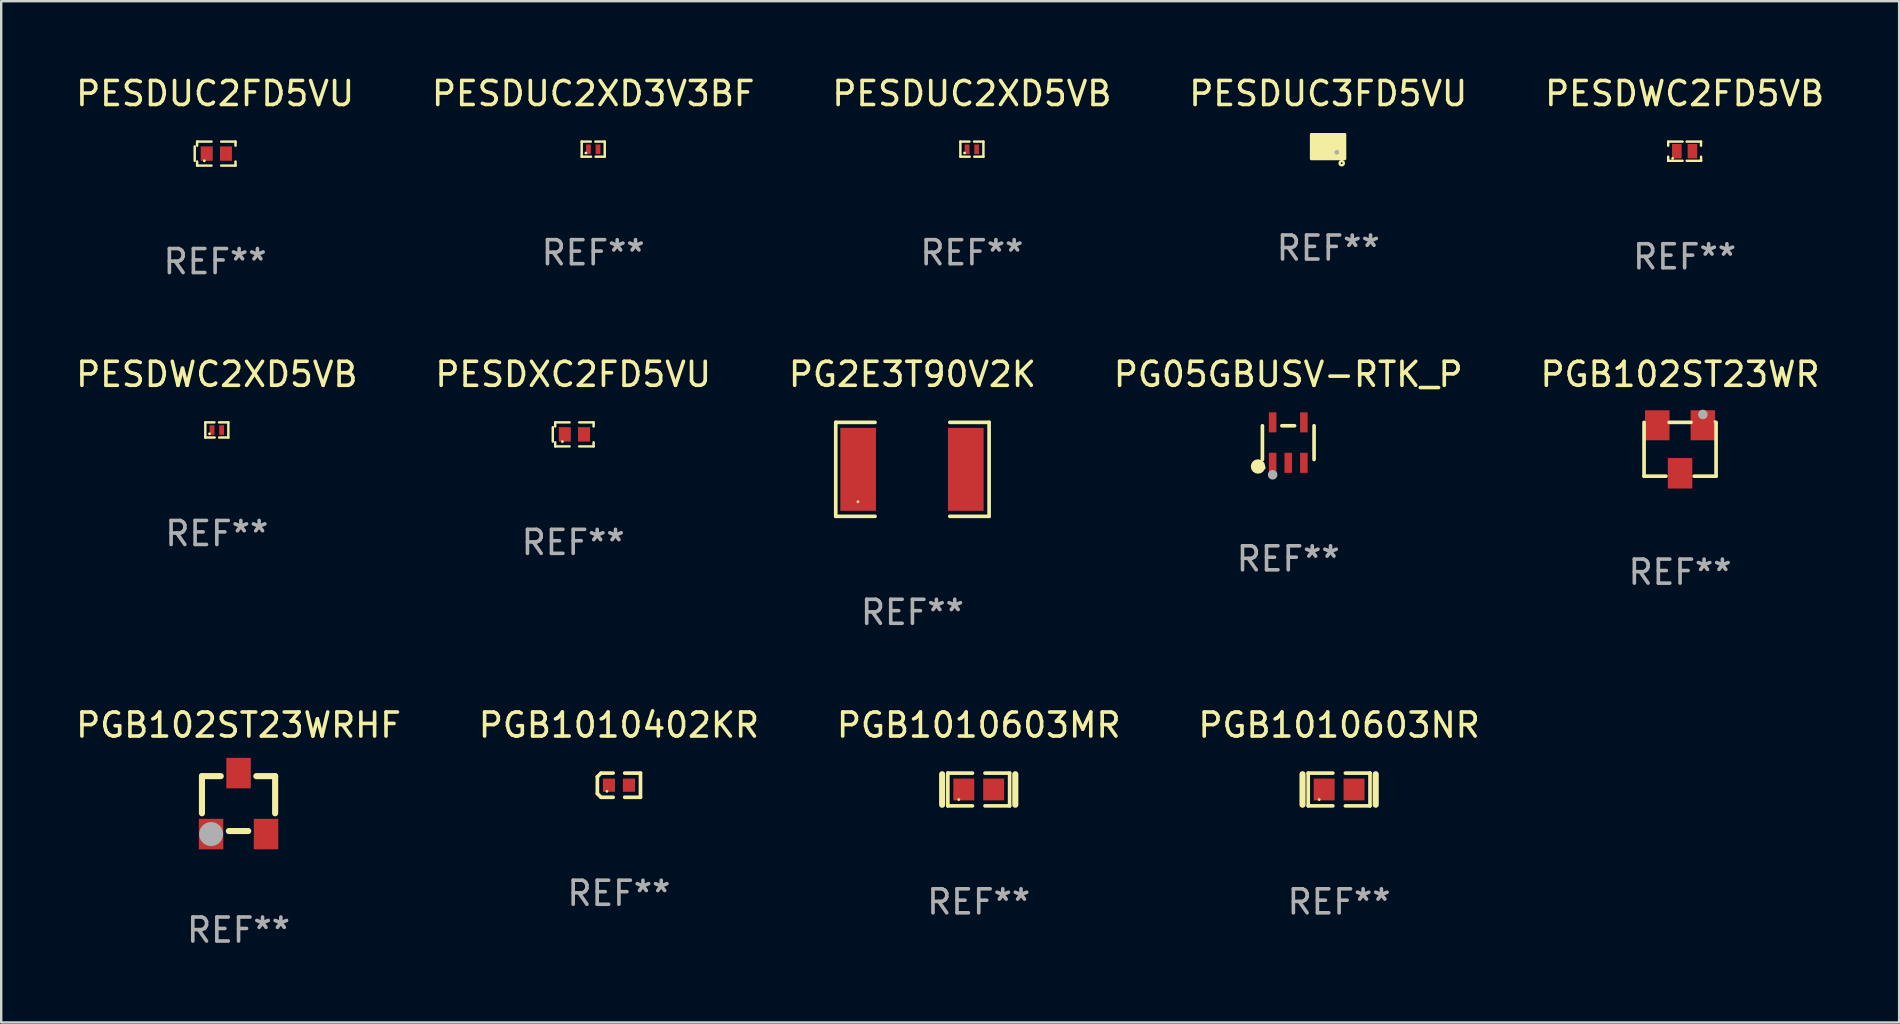
<source format=kicad_pcb>
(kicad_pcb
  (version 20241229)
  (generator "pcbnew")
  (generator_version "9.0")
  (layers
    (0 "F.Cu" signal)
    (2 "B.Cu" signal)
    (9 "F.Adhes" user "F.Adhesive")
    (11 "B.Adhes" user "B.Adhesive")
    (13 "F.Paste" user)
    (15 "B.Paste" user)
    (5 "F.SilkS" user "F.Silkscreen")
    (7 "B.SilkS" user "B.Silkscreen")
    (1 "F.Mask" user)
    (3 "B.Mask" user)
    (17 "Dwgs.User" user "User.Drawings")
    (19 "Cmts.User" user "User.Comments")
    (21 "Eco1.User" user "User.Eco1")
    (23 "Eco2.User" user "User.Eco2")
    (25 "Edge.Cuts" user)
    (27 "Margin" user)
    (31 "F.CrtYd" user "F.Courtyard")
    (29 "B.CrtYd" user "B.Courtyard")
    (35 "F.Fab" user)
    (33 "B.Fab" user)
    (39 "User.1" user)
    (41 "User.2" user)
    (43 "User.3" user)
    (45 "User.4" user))
  (footprint "PG05GBUSV-RTK_P"
    (layer "F.Cu")
    (at 50.613 15.387)
    (property "Reference" "PG05GBUSV-RTK_P" (at 0 -2.843 0) (layer "F.SilkS") (effects (font (size 1 1) (thickness 0.15))))
    (attr through_hole)
    (fp_line (start -1.076 0.701) (end -1.076 -0.701) (stroke (width 0.152) (type solid)) (layer "F.SilkS"))
    (fp_line (start 0.264 -0.701) (end -0.264 -0.701) (stroke (width 0.152) (type solid)) (layer "F.SilkS"))
    (fp_line (start 1.076 0.701) (end 1.076 -0.701) (stroke (width 0.152) (type solid)) (layer "F.SilkS"))
    (fp_circle (center -1.26 0.995) (end -1.11 0.995) (stroke (width 0.3) (type solid)) (fill no) (layer "F.SilkS"))
    (fp_circle (center -1 1.05) (end -0.97 1.05) (stroke (width 0.06) (type solid)) (fill no) (layer "F.SilkS"))
    (fp_circle (center -0.65 1.341) (end -0.55 1.341) (stroke (width 0.2) (type solid)) (fill no) (layer "F.Fab"))
    (fp_text user "REF**" (at 0 4.843 0) (layer "F.Fab") (effects (font (size 1 1) (thickness 0.15))))
    (pad "1" smd rect (at -0.65 0.843) (size 0.315 0.835) (layers "F.Cu" "F.Mask" "F.Paste"))
    (pad "2" smd rect (at 0.00014 0.843) (size 0.315 0.835) (layers "F.Cu" "F.Mask" "F.Paste"))
    (pad "3" smd rect (at 0.65 0.843) (size 0.315 0.835) (layers "F.Cu" "F.Mask" "F.Paste"))
    (pad "4" smd rect (at 0.65 -0.843) (size 0.315 0.835) (layers "F.Cu" "F.Mask" "F.Paste"))
    (pad "5" smd rect (at -0.65 -0.843) (size 0.315 0.835) (layers "F.Cu" "F.Mask" "F.Paste")))
  (footprint "PESDXC2FD5VU"
    (layer "F.Cu")
    (at 20.827 15.045)
    (property "Reference" "PESDXC2FD5VU" (at 0 -2.5 0) (layer "F.SilkS") (effects (font (size 1 1) (thickness 0.15))))
    (attr through_hole)
    (fp_line (start -0.85 -0.3) (end -0.85 0.3) (stroke (width 0.102) (type solid)) (layer "F.SilkS"))
    (fp_line (start -0.75 -0.5) (end -0.75 -0.329) (stroke (width 0.102) (type solid)) (layer "F.SilkS"))
    (fp_line (start -0.75 0.329) (end -0.75 0.5) (stroke (width 0.102) (type solid)) (layer "F.SilkS"))
    (fp_line (start -0.75 0.5) (end -0.15 0.5) (stroke (width 0.102) (type solid)) (layer "F.SilkS"))
    (fp_line (start -0.15 -0.5) (end -0.75 -0.5) (stroke (width 0.102) (type solid)) (layer "F.SilkS"))
    (fp_line (start 0.25 -0.5) (end 0.85 -0.5) (stroke (width 0.102) (type solid)) (layer "F.SilkS"))
    (fp_line (start 0.85 -0.5) (end 0.85 -0.33) (stroke (width 0.102) (type solid)) (layer "F.SilkS"))
    (fp_line (start 0.85 0.33) (end 0.85 0.5) (stroke (width 0.102) (type solid)) (layer "F.SilkS"))
    (fp_line (start 0.85 0.5) (end 0.25 0.5) (stroke (width 0.102) (type solid)) (layer "F.SilkS"))
    (fp_circle (center -0.45 0.3) (end -0.42 0.3) (stroke (width 0.06) (type solid)) (fill no) (layer "F.SilkS"))
    (fp_text user "REF**" (at 0 4.5 0) (layer "F.Fab") (effects (font (size 1 1) (thickness 0.15))))
    (pad "1" smd rect (at -0.35 0) (size 0.5 0.6) (layers "F.Cu" "F.Mask" "F.Paste"))
    (pad "2" smd rect (at 0.45 0) (size 0.5 0.6) (layers "F.Cu" "F.Mask" "F.Paste")))
  (footprint "PESDWC2FD5VB"
    (layer "F.Cu")
    (at 67.125 3.248)
    (property "Reference" "PESDWC2FD5VB" (at 0 -2.4 0) (layer "F.SilkS") (effects (font (size 1 1) (thickness 0.15))))
    (attr through_hole)
    (fp_line (start -0.685 -0.4) (end -0.685 -0.23) (stroke (width 0.102) (type solid)) (layer "F.SilkS"))
    (fp_line (start -0.685 0.4) (end -0.685 0.23) (stroke (width 0.102) (type solid)) (layer "F.SilkS"))
    (fp_line (start -0.085 -0.4) (end -0.685 -0.4) (stroke (width 0.102) (type solid)) (layer "F.SilkS"))
    (fp_line (start -0.085 0.4) (end -0.685 0.4) (stroke (width 0.102) (type solid)) (layer "F.SilkS"))
    (fp_line (start 0.082 -0.4) (end 0.682 -0.4) (stroke (width 0.102) (type solid)) (layer "F.SilkS"))
    (fp_line (start 0.085 0.4) (end 0.685 0.4) (stroke (width 0.102) (type solid)) (layer "F.SilkS"))
    (fp_line (start 0.682 -0.4) (end 0.682 -0.23) (stroke (width 0.102) (type solid)) (layer "F.SilkS"))
    (fp_line (start 0.685 0.4) (end 0.685 0.23) (stroke (width 0.102) (type solid)) (layer "F.SilkS"))
    (fp_circle (center -0.5 0.3) (end -0.47 0.3) (stroke (width 0.06) (type solid)) (fill no) (layer "F.SilkS"))
    (fp_text user "REF**" (at 0 4.4 0) (layer "F.Fab") (effects (font (size 1 1) (thickness 0.15))))
    (pad "1" smd rect (at -0.325 0) (size 0.4 0.6) (layers "F.Cu" "F.Mask" "F.Paste"))
    (pad "2" smd rect (at 0.325 0) (size 0.4 0.6) (layers "F.Cu" "F.Mask" "F.Paste")))
  (footprint "PGB102ST23WRHF"
    (layer "F.Cu")
    (at 6.887 30.424)
    (property "Reference" "PGB102ST23WRHF" (at 0 -3.27 0) (layer "F.SilkS") (effects (font (size 1 1) (thickness 0.15))))
    (attr through_hole)
    (fp_line (start -1.524 -1.143) (end -0.741 -1.143) (stroke (width 0.254) (type solid)) (layer "F.SilkS"))
    (fp_line (start -1.524 0.404) (end -1.524 -1.143) (stroke (width 0.254) (type solid)) (layer "F.SilkS"))
    (fp_line (start -0.404 1.143) (end 0.404 1.143) (stroke (width 0.254) (type solid)) (layer "F.SilkS"))
    (fp_line (start 0.741 -1.143) (end 1.524 -1.143) (stroke (width 0.254) (type solid)) (layer "F.SilkS"))
    (fp_line (start 1.524 -1.143) (end 1.524 0.404) (stroke (width 0.254) (type solid)) (layer "F.SilkS"))
    (fp_circle (center -1.5 1.12) (end -1.47 1.12) (stroke (width 0.06) (type solid)) (fill no) (layer "F.SilkS"))
    (fp_circle (center -1.143 1.27) (end -0.893 1.27) (stroke (width 0.5) (type solid)) (fill no) (layer "F.Fab"))
    (fp_text user "REF**" (at 0 5.27 0) (layer "F.Fab") (effects (font (size 1 1) (thickness 0.15))))
    (pad "1" smd rect (at -1.145 1.27) (size 1.02 1.27) (layers "F.Cu" "F.Mask" "F.Paste"))
    (pad "2" smd rect (at 1.145 1.27) (size 1.02 1.27) (layers "F.Cu" "F.Mask" "F.Paste"))
    (pad "3" smd rect (at 0 -1.27) (size 1.02 1.27) (layers "F.Cu" "F.Mask" "F.Paste")))
  (footprint "PESDUC2XD5VB"
    (layer "F.Cu")
    (at 37.435 3.163)
    (property "Reference" "PESDUC2XD5VB" (at 0 -2.315 0) (layer "F.SilkS") (effects (font (size 1 1) (thickness 0.15))))
    (attr through_hole)
    (fp_line (start -0.48 -0.315) (end -0.48 0.315) (stroke (width 0.102) (type solid)) (layer "F.SilkS"))
    (fp_line (start -0.48 0.315) (end -0.09 0.315) (stroke (width 0.102) (type solid)) (layer "F.SilkS"))
    (fp_line (start -0.48 -0.315) (end -0.1 -0.315) (stroke (width 0.102) (type solid)) (layer "F.SilkS"))
    (fp_line (start 0.48 0.315) (end 0.1 0.315) (stroke (width 0.102) (type solid)) (layer "F.SilkS"))
    (fp_line (start 0.48 -0.315) (end 0.09 -0.315) (stroke (width 0.102) (type solid)) (layer "F.SilkS"))
    (fp_line (start 0.48 0.315) (end 0.48 -0.315) (stroke (width 0.102) (type solid)) (layer "F.SilkS"))
    (fp_circle (center -0.305 0.16) (end -0.275 0.16) (stroke (width 0.06) (type solid)) (fill no) (layer "F.SilkS"))
    (fp_text user "REF**" (at 0 4.315 0) (layer "F.Fab") (effects (font (size 1 1) (thickness 0.15))))
    (pad "1" smd rect (at -0.2 0.005) (size 0.2 0.4) (layers "F.Cu" "F.Mask" "F.Paste"))
    (pad "2" smd rect (at 0.2 0.005) (size 0.2 0.4) (layers "F.Cu" "F.Mask" "F.Paste")))
  (footprint "PESDWC2XD5VB"
    (layer "F.Cu")
    (at 5.982 14.86)
    (property "Reference" "PESDWC2XD5VB" (at 0 -2.315 0) (layer "F.SilkS") (effects (font (size 1 1) (thickness 0.15))))
    (attr through_hole)
    (fp_line (start -0.48 -0.315) (end -0.48 0.315) (stroke (width 0.102) (type solid)) (layer "F.SilkS"))
    (fp_line (start -0.48 0.315) (end -0.09 0.315) (stroke (width 0.102) (type solid)) (layer "F.SilkS"))
    (fp_line (start -0.48 -0.315) (end -0.1 -0.315) (stroke (width 0.102) (type solid)) (layer "F.SilkS"))
    (fp_line (start 0.48 0.315) (end 0.1 0.315) (stroke (width 0.102) (type solid)) (layer "F.SilkS"))
    (fp_line (start 0.48 -0.315) (end 0.09 -0.315) (stroke (width 0.102) (type solid)) (layer "F.SilkS"))
    (fp_line (start 0.48 0.315) (end 0.48 -0.315) (stroke (width 0.102) (type solid)) (layer "F.SilkS"))
    (fp_circle (center -0.305 0.16) (end -0.275 0.16) (stroke (width 0.06) (type solid)) (fill no) (layer "F.SilkS"))
    (fp_text user "REF**" (at 0 4.315 0) (layer "F.Fab") (effects (font (size 1 1) (thickness 0.15))))
    (pad "1" smd rect (at -0.2 0.005) (size 0.2 0.4) (layers "F.Cu" "F.Mask" "F.Paste"))
    (pad "2" smd rect (at 0.2 0.005) (size 0.2 0.4) (layers "F.Cu" "F.Mask" "F.Paste")))
  (footprint "PESDUC2XD3V3BF"
    (layer "F.Cu")
    (at 21.661 3.163)
    (property "Reference" "PESDUC2XD3V3BF" (at 0 -2.315 0) (layer "F.SilkS") (effects (font (size 1 1) (thickness 0.15))))
    (attr through_hole)
    (fp_line (start -0.48 -0.315) (end -0.48 0.315) (stroke (width 0.102) (type solid)) (layer "F.SilkS"))
    (fp_line (start -0.48 0.315) (end -0.09 0.315) (stroke (width 0.102) (type solid)) (layer "F.SilkS"))
    (fp_line (start -0.48 -0.315) (end -0.1 -0.315) (stroke (width 0.102) (type solid)) (layer "F.SilkS"))
    (fp_line (start 0.48 0.315) (end 0.1 0.315) (stroke (width 0.102) (type solid)) (layer "F.SilkS"))
    (fp_line (start 0.48 -0.315) (end 0.09 -0.315) (stroke (width 0.102) (type solid)) (layer "F.SilkS"))
    (fp_line (start 0.48 0.315) (end 0.48 -0.315) (stroke (width 0.102) (type solid)) (layer "F.SilkS"))
    (fp_circle (center -0.305 0.16) (end -0.275 0.16) (stroke (width 0.06) (type solid)) (fill no) (layer "F.SilkS"))
    (fp_text user "REF**" (at 0 4.315 0) (layer "F.Fab") (effects (font (size 1 1) (thickness 0.15))))
    (pad "1" smd rect (at -0.2 0.005) (size 0.2 0.4) (layers "F.Cu" "F.Mask" "F.Paste"))
    (pad "2" smd rect (at 0.2 0.005) (size 0.2 0.4) (layers "F.Cu" "F.Mask" "F.Paste")))
  (footprint "PG2E3T90V2K"
    (layer "F.Cu")
    (at 34.958 16.501)
    (property "Reference" "PG2E3T90V2K" (at 0 -3.957 0) (layer "F.SilkS") (effects (font (size 1 1) (thickness 0.15))))
    (attr through_hole)
    (fp_line (start -3.194 -1.957) (end -3.194 1.957) (stroke (width 0.152) (type solid)) (layer "F.SilkS"))
    (fp_line (start -3.194 1.957) (end -1.557 1.957) (stroke (width 0.152) (type solid)) (layer "F.SilkS"))
    (fp_line (start -1.557 -1.957) (end -3.194 -1.957) (stroke (width 0.152) (type solid)) (layer "F.SilkS"))
    (fp_line (start 1.557 1.957) (end 3.194 1.957) (stroke (width 0.152) (type solid)) (layer "F.SilkS"))
    (fp_line (start 3.194 -1.957) (end 1.557 -1.957) (stroke (width 0.152) (type solid)) (layer "F.SilkS"))
    (fp_line (start 3.194 1.957) (end 3.194 -1.957) (stroke (width 0.152) (type solid)) (layer "F.SilkS"))
    (fp_circle (center -2.269 1.35) (end -2.239 1.35) (stroke (width 0.06) (type solid)) (fill no) (layer "F.SilkS"))
    (fp_text user "REF**" (at 0 5.957 0) (layer "F.Fab") (effects (font (size 1 1) (thickness 0.15))))
    (pad "1" smd rect (at -2.262 0) (size 1.485 3.456) (layers "F.Cu" "F.Mask" "F.Paste"))
    (pad "2" smd rect (at 2.223 0) (size 1.485 3.456) (layers "F.Cu" "F.Mask" "F.Paste")))
  (footprint "PGB1010603NR"
    (layer "F.Cu")
    (at 52.732 29.837)
    (property "Reference" "PGB1010603NR" (at 0 -2.682 0) (layer "F.SilkS") (effects (font (size 1 1) (thickness 0.15))))
    (attr through_hole)
    (fp_line (start -1.524 -0.635) (end -1.524 0.635) (stroke (width 0.254) (type solid)) (layer "F.SilkS"))
    (fp_line (start -1.287 -0.682) (end -0.261 -0.682) (stroke (width 0.152) (type solid)) (layer "F.SilkS"))
    (fp_line (start -1.287 0.682) (end -1.287 -0.682) (stroke (width 0.152) (type solid)) (layer "F.SilkS"))
    (fp_line (start -0.261 0.682) (end -1.287 0.682) (stroke (width 0.152) (type solid)) (layer "F.SilkS"))
    (fp_line (start 0.261 0.682) (end 1.287 0.682) (stroke (width 0.152) (type solid)) (layer "F.SilkS"))
    (fp_line (start 1.287 -0.682) (end 0.261 -0.682) (stroke (width 0.152) (type solid)) (layer "F.SilkS"))
    (fp_line (start 1.287 0.682) (end 1.287 -0.682) (stroke (width 0.152) (type solid)) (layer "F.SilkS"))
    (fp_line (start 1.524 -0.635) (end 1.524 0.635) (stroke (width 0.254) (type solid)) (layer "F.SilkS"))
    (fp_circle (center -0.83 0.42) (end -0.8 0.42) (stroke (width 0.06) (type solid)) (fill no) (layer "F.SilkS"))
    (fp_text user "REF**" (at 0 4.682 0) (layer "F.Fab") (effects (font (size 1 1) (thickness 0.15))))
    (pad "1" smd rect (at -0.622 0) (size 0.873 0.907) (layers "F.Cu" "F.Mask" "F.Paste"))
    (pad "2" smd rect (at 0.622 0) (size 0.873 0.907) (layers "F.Cu" "F.Mask" "F.Paste")))
  (footprint "PGB1010603MR"
    (layer "F.Cu")
    (at 37.72 29.837)
    (property "Reference" "PGB1010603MR" (at 0 -2.682 0) (layer "F.SilkS") (effects (font (size 1 1) (thickness 0.15))))
    (attr through_hole)
    (fp_line (start -1.524 -0.635) (end -1.524 0.635) (stroke (width 0.254) (type solid)) (layer "F.SilkS"))
    (fp_line (start -1.287 -0.682) (end -0.261 -0.682) (stroke (width 0.152) (type solid)) (layer "F.SilkS"))
    (fp_line (start -1.287 0.682) (end -1.287 -0.682) (stroke (width 0.152) (type solid)) (layer "F.SilkS"))
    (fp_line (start -0.261 0.682) (end -1.287 0.682) (stroke (width 0.152) (type solid)) (layer "F.SilkS"))
    (fp_line (start 0.261 0.682) (end 1.287 0.682) (stroke (width 0.152) (type solid)) (layer "F.SilkS"))
    (fp_line (start 1.287 -0.682) (end 0.261 -0.682) (stroke (width 0.152) (type solid)) (layer "F.SilkS"))
    (fp_line (start 1.287 0.682) (end 1.287 -0.682) (stroke (width 0.152) (type solid)) (layer "F.SilkS"))
    (fp_line (start 1.524 -0.635) (end 1.524 0.635) (stroke (width 0.254) (type solid)) (layer "F.SilkS"))
    (fp_circle (center -0.83 0.42) (end -0.8 0.42) (stroke (width 0.06) (type solid)) (fill no) (layer "F.SilkS"))
    (fp_text user "REF**" (at 0 4.682 0) (layer "F.Fab") (effects (font (size 1 1) (thickness 0.15))))
    (pad "1" smd rect (at -0.622 0) (size 0.873 0.907) (layers "F.Cu" "F.Mask" "F.Paste"))
    (pad "2" smd rect (at 0.622 0) (size 0.873 0.907) (layers "F.Cu" "F.Mask" "F.Paste")))
  (footprint "PGB102ST23WR"
    (layer "F.Cu")
    (at 66.935 15.665)
    (property "Reference" "PGB102ST23WR" (at 0 -3.12 0) (layer "F.SilkS") (effects (font (size 1 1) (thickness 0.15))))
    (attr through_hole)
    (fp_line (start -1.5 1.12) (end -1.5 -1.12) (stroke (width 0.152) (type solid)) (layer "F.SilkS"))
    (fp_line (start -0.589 1.12) (end -1.5 1.12) (stroke (width 0.152) (type solid)) (layer "F.SilkS"))
    (fp_line (start -0.455 -1.12) (end 0.455 -1.12) (stroke (width 0.152) (type solid)) (layer "F.SilkS"))
    (fp_line (start 0.589 1.12) (end 1.5 1.12) (stroke (width 0.152) (type solid)) (layer "F.SilkS"))
    (fp_line (start 1.5 1.12) (end 1.5 -1.12) (stroke (width 0.152) (type solid)) (layer "F.SilkS"))
    (fp_circle (center 1.45 -1.15) (end 1.48 -1.15) (stroke (width 0.06) (type solid)) (fill no) (layer "F.SilkS"))
    (fp_circle (center 0.95 -1.45) (end 1.05 -1.45) (stroke (width 0.2) (type solid)) (fill no) (layer "F.Fab"))
    (fp_text user "REF**" (at 0 5.12 0) (layer "F.Fab") (effects (font (size 1 1) (thickness 0.15))))
    (pad "1" smd rect (at 0.95 -1 90) (size 1.25 1.02) (layers "F.Cu" "F.Mask" "F.Paste"))
    (pad "2" smd rect (at -0.95 -1 90) (size 1.25 1.02) (layers "F.Cu" "F.Mask" "F.Paste"))
    (pad "3" smd rect (at 0 1 90) (size 1.27 1.02) (layers "F.Cu" "F.Mask" "F.Paste")))
  (footprint "PGB1010402KR"
    (layer "F.Cu")
    (at 22.732 29.658)
    (property "Reference" "PGB1010402KR" (at 0 -2.504 0) (layer "F.SilkS") (effects (font (size 1 1) (thickness 0.15))))
    (attr through_hole)
    (fp_line (start -0.898 -0.352) (end -0.745 -0.504) (stroke (width 0.152) (type solid)) (layer "F.SilkS"))
    (fp_line (start -0.898 0.352) (end -0.898 -0.352) (stroke (width 0.152) (type solid)) (layer "F.SilkS"))
    (fp_line (start -0.745 -0.504) (end -0.24 -0.504) (stroke (width 0.152) (type solid)) (layer "F.SilkS"))
    (fp_line (start -0.745 0.504) (end -0.898 0.352) (stroke (width 0.152) (type solid)) (layer "F.SilkS"))
    (fp_line (start -0.24 0.504) (end -0.745 0.504) (stroke (width 0.152) (type solid)) (layer "F.SilkS"))
    (fp_line (start 0.24 0.504) (end 0.898 0.504) (stroke (width 0.152) (type solid)) (layer "F.SilkS"))
    (fp_line (start 0.898 -0.504) (end 0.24 -0.504) (stroke (width 0.152) (type solid)) (layer "F.SilkS"))
    (fp_line (start 0.898 0.504) (end 0.898 -0.504) (stroke (width 0.152) (type solid)) (layer "F.SilkS"))
    (fp_circle (center -0.5 0.255) (end -0.47 0.255) (stroke (width 0.06) (type solid)) (fill no) (layer "F.SilkS"))
    (fp_text user "REF**" (at 0 4.504 0) (layer "F.Fab") (effects (font (size 1 1) (thickness 0.15))))
    (pad "1" smd rect (at -0.417 -0.000051) (size 0.505 0.551) (layers "F.Cu" "F.Mask" "F.Paste"))
    (pad "2" smd rect (at 0.417 -0.000051) (size 0.505 0.551) (layers "F.Cu" "F.Mask" "F.Paste")))
  (footprint "PESDUC2FD5VU"
    (layer "F.Cu")
    (at 5.911 3.348)
    (property "Reference" "PESDUC2FD5VU" (at 0 -2.5 0) (layer "F.SilkS") (effects (font (size 1 1) (thickness 0.15))))
    (attr through_hole)
    (fp_line (start -0.85 -0.3) (end -0.85 0.3) (stroke (width 0.102) (type solid)) (layer "F.SilkS"))
    (fp_line (start -0.75 -0.5) (end -0.75 -0.329) (stroke (width 0.102) (type solid)) (layer "F.SilkS"))
    (fp_line (start -0.75 0.329) (end -0.75 0.5) (stroke (width 0.102) (type solid)) (layer "F.SilkS"))
    (fp_line (start -0.75 0.5) (end -0.15 0.5) (stroke (width 0.102) (type solid)) (layer "F.SilkS"))
    (fp_line (start -0.15 -0.5) (end -0.75 -0.5) (stroke (width 0.102) (type solid)) (layer "F.SilkS"))
    (fp_line (start 0.25 -0.5) (end 0.85 -0.5) (stroke (width 0.102) (type solid)) (layer "F.SilkS"))
    (fp_line (start 0.85 -0.5) (end 0.85 -0.33) (stroke (width 0.102) (type solid)) (layer "F.SilkS"))
    (fp_line (start 0.85 0.33) (end 0.85 0.5) (stroke (width 0.102) (type solid)) (layer "F.SilkS"))
    (fp_line (start 0.85 0.5) (end 0.25 0.5) (stroke (width 0.102) (type solid)) (layer "F.SilkS"))
    (fp_circle (center -0.45 0.3) (end -0.42 0.3) (stroke (width 0.06) (type solid)) (fill no) (layer "F.SilkS"))
    (fp_text user "REF**" (at 0 4.5 0) (layer "F.Fab") (effects (font (size 1 1) (thickness 0.15))))
    (pad "1" smd rect (at -0.35 0) (size 0.5 0.6) (layers "F.Cu" "F.Mask" "F.Paste"))
    (pad "2" smd rect (at 0.45 0) (size 0.5 0.6) (layers "F.Cu" "F.Mask" "F.Paste")))
  (footprint "PESDUC3FD5VU"
    (layer "F.Cu")
    (at 52.28 3.066)
    (property "Reference" "PESDUC3FD5VU" (at 0 -2.218 0) (layer "F.SilkS") (effects (font (size 1 1) (thickness 0.15))))
    (attr through_hole)
    (fp_circle (center 0.5 0.292) (end 0.53 0.292) (stroke (width 0.06) (type solid)) (fill no) (layer "F.SilkS"))
    (fp_circle (center 0.56 0.682) (end 0.598 0.682) (stroke (width 0.1) (type solid)) (fill no) (layer "F.SilkS"))
    (fp_poly (pts (xy -0.706 -0.516) (xy 0.691 -0.516) (xy 0.691 0.5) (xy -0.706 0.5)) (stroke (width 0.12) (type solid)) (fill yes) (layer "F.SilkS"))
    (fp_circle (center 0.355 0.227) (end 0.405 0.227) (stroke (width 0.1) (type solid)) (fill no) (layer "F.Fab"))
    (fp_text user "REF**" (at 0 4.218 0) (layer "F.Fab") (effects (font (size 1 1) (thickness 0.15))))
    (pad "1" smd rect (at 0.325 0.218 90) (size 0.2 0.4) (layers "F.Cu" "F.Mask" "F.Paste"))
    (pad "2" smd rect (at 0.325 -0.218 90) (size 0.2 0.4) (layers "F.Cu" "F.Mask" "F.Paste"))
    (pad "3" smd rect (at -0.325 -0.008 270) (size 0.65 0.4) (layers "F.Cu" "F.Mask" "F.Paste")))
  (gr_rect
    (start -3 -3)
    (end 76.06 39.543)
    (stroke (width 0.1) (type default))
    (fill no)
    (layer "Edge.Cuts")))
</source>
